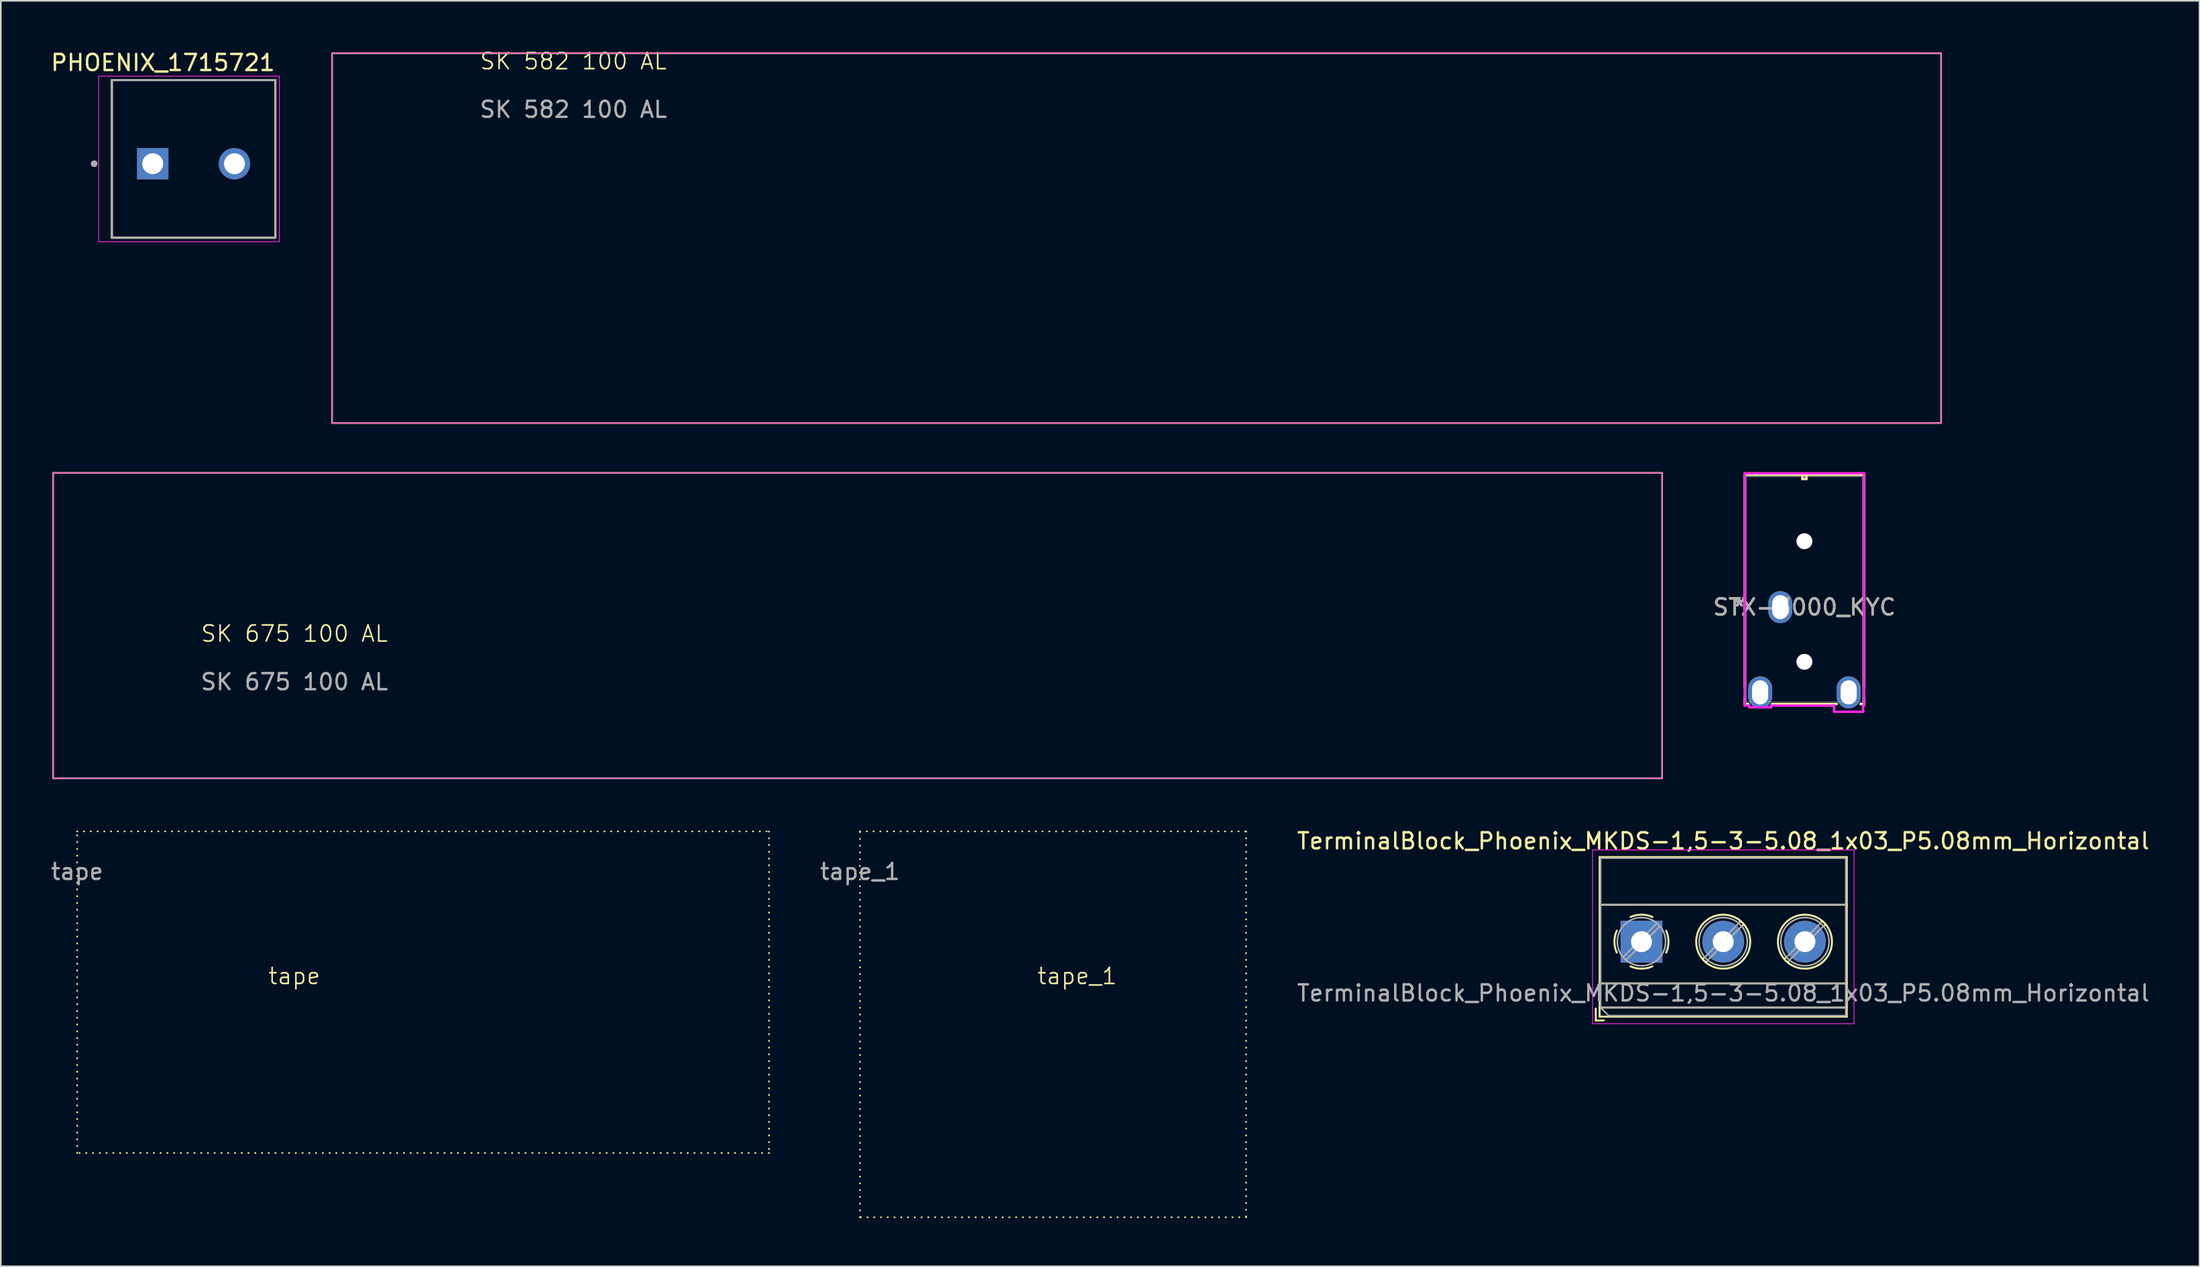
<source format=kicad_pcb>
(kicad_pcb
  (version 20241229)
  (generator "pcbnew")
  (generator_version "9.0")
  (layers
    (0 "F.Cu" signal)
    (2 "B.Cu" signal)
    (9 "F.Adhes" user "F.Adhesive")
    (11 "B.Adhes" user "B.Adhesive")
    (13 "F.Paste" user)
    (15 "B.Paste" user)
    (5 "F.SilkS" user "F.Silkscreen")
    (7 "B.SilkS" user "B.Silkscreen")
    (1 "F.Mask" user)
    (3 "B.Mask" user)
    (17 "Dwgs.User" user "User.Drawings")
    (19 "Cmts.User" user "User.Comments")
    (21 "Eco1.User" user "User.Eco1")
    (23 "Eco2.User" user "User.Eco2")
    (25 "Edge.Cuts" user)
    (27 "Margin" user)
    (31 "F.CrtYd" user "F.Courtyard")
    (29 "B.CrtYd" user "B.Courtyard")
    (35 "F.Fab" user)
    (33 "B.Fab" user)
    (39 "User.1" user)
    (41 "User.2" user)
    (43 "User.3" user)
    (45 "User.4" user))
  (footprint "TerminalBlock_Phoenix_MKDS-1,5-3-5.08_1x03_P5.08mm_Horizontal"
    (layer "F.Cu")
    (at 98.966 55.519)
    (property "Reference" "TerminalBlock_Phoenix_MKDS-1,5-3-5.08_1x03_P5.08mm_Horizontal" (at 5.08 -6.26 0) (layer "F.SilkS") (effects (font (size 1 1) (thickness 0.15))))
    (attr through_hole)
    (fp_line (start -2.84 4.16) (end -2.84 4.9) (stroke (width 0.12) (type solid)) (layer "F.SilkS"))
    (fp_line (start -2.84 4.9) (end -2.34 4.9) (stroke (width 0.12) (type solid)) (layer "F.SilkS"))
    (fp_line (start -2.6 -5.261) (end -2.6 4.66) (stroke (width 0.12) (type solid)) (layer "F.SilkS"))
    (fp_line (start -2.6 -5.261) (end 12.76 -5.261) (stroke (width 0.12) (type solid)) (layer "F.SilkS"))
    (fp_line (start -2.6 -2.301) (end 12.76 -2.301) (stroke (width 0.12) (type solid)) (layer "F.SilkS"))
    (fp_line (start -2.6 2.6) (end 12.76 2.6) (stroke (width 0.12) (type solid)) (layer "F.SilkS"))
    (fp_line (start -2.6 4.1) (end 12.76 4.1) (stroke (width 0.12) (type solid)) (layer "F.SilkS"))
    (fp_line (start -2.6 4.66) (end 12.76 4.66) (stroke (width 0.12) (type solid)) (layer "F.SilkS"))
    (fp_line (start 3.853 1.023) (end 3.806 1.069) (stroke (width 0.12) (type solid)) (layer "F.SilkS"))
    (fp_line (start 4.046 1.239) (end 4.011 1.274) (stroke (width 0.12) (type solid)) (layer "F.SilkS"))
    (fp_line (start 6.15 -1.275) (end 6.115 -1.239) (stroke (width 0.12) (type solid)) (layer "F.SilkS"))
    (fp_line (start 6.355 -1.069) (end 6.308 -1.023) (stroke (width 0.12) (type solid)) (layer "F.SilkS"))
    (fp_line (start 8.933 1.023) (end 8.886 1.069) (stroke (width 0.12) (type solid)) (layer "F.SilkS"))
    (fp_line (start 9.126 1.239) (end 9.091 1.274) (stroke (width 0.12) (type solid)) (layer "F.SilkS"))
    (fp_line (start 11.23 -1.275) (end 11.195 -1.239) (stroke (width 0.12) (type solid)) (layer "F.SilkS"))
    (fp_line (start 11.435 -1.069) (end 11.388 -1.023) (stroke (width 0.12) (type solid)) (layer "F.SilkS"))
    (fp_line (start 12.76 -5.261) (end 12.76 4.66) (stroke (width 0.12) (type solid)) (layer "F.SilkS"))
    (fp_arc (start -1.535427 0.683042) (mid -1.680501 -0.000524) (end -1.535 -0.684) (stroke (width 0.12) (type solid)) (layer "F.SilkS"))
    (fp_arc (start -0.683042 -1.535427) (mid 0.000524 -1.680501) (end 0.684 -1.535) (stroke (width 0.12) (type solid)) (layer "F.SilkS"))
    (fp_arc (start 0.028805 1.680253) (mid -0.335551 1.646659) (end -0.684 1.535) (stroke (width 0.12) (type solid)) (layer "F.SilkS"))
    (fp_arc (start 0.683318 1.534756) (mid 0.349292 1.643288) (end 0 1.68) (stroke (width 0.12) (type solid)) (layer "F.SilkS"))
    (fp_arc (start 1.535427 -0.683042) (mid 1.680501 0.000524) (end 1.535 0.684) (stroke (width 0.12) (type solid)) (layer "F.SilkS"))
    (fp_circle (center 5.08 0) (end 6.76 0) (stroke (width 0.12) (type solid)) (fill no) (layer "F.SilkS"))
    (fp_circle (center 10.16 0) (end 11.84 0) (stroke (width 0.12) (type solid)) (fill no) (layer "F.SilkS"))
    (fp_line (start -3.04 -5.71) (end -3.04 5.1) (stroke (width 0.05) (type solid)) (layer "F.CrtYd"))
    (fp_line (start -3.04 5.1) (end 13.21 5.1) (stroke (width 0.05) (type solid)) (layer "F.CrtYd"))
    (fp_line (start 13.21 -5.71) (end -3.04 -5.71) (stroke (width 0.05) (type solid)) (layer "F.CrtYd"))
    (fp_line (start 13.21 5.1) (end 13.21 -5.71) (stroke (width 0.05) (type solid)) (layer "F.CrtYd"))
    (fp_line (start -2.54 -5.2) (end 12.7 -5.2) (stroke (width 0.1) (type solid)) (layer "F.Fab"))
    (fp_line (start -2.54 -2.3) (end 12.7 -2.3) (stroke (width 0.1) (type solid)) (layer "F.Fab"))
    (fp_line (start -2.54 2.6) (end 12.7 2.6) (stroke (width 0.1) (type solid)) (layer "F.Fab"))
    (fp_line (start -2.54 4.1) (end -2.54 -5.2) (stroke (width 0.1) (type solid)) (layer "F.Fab"))
    (fp_line (start -2.54 4.1) (end 12.7 4.1) (stroke (width 0.1) (type solid)) (layer "F.Fab"))
    (fp_line (start -2.04 4.6) (end -2.54 4.1) (stroke (width 0.1) (type solid)) (layer "F.Fab"))
    (fp_line (start 0.955 -1.138) (end -1.138 0.955) (stroke (width 0.1) (type solid)) (layer "F.Fab"))
    (fp_line (start 1.138 -0.955) (end -0.955 1.138) (stroke (width 0.1) (type solid)) (layer "F.Fab"))
    (fp_line (start 6.035 -1.138) (end 3.943 0.955) (stroke (width 0.1) (type solid)) (layer "F.Fab"))
    (fp_line (start 6.218 -0.955) (end 4.126 1.138) (stroke (width 0.1) (type solid)) (layer "F.Fab"))
    (fp_line (start 11.115 -1.138) (end 9.023 0.955) (stroke (width 0.1) (type solid)) (layer "F.Fab"))
    (fp_line (start 11.298 -0.955) (end 9.206 1.138) (stroke (width 0.1) (type solid)) (layer "F.Fab"))
    (fp_line (start 12.7 -5.2) (end 12.7 4.6) (stroke (width 0.1) (type solid)) (layer "F.Fab"))
    (fp_line (start 12.7 4.6) (end -2.04 4.6) (stroke (width 0.1) (type solid)) (layer "F.Fab"))
    (fp_circle (center 0 0) (end 1.5 0) (stroke (width 0.1) (type solid)) (fill no) (layer "F.Fab"))
    (fp_circle (center 5.08 0) (end 6.58 0) (stroke (width 0.1) (type solid)) (fill no) (layer "F.Fab"))
    (fp_circle (center 10.16 0) (end 11.66 0) (stroke (width 0.1) (type solid)) (fill no) (layer "F.Fab"))
    (fp_text user "${REFERENCE}" (at 5.08 3.2 0) (layer "F.Fab") (effects (font (size 1 1) (thickness 0.15))))
    (pad "1" thru_hole rect (at 0 0) (size 2.6 2.6) (drill 1.3) (layers "*.Cu" "*.Mask"))
    (pad "2" thru_hole circle (at 5.08 0) (size 2.6 2.6) (drill 1.3) (layers "*.Cu" "*.Mask"))
    (pad "3" thru_hole circle (at 10.16 0) (size 2.6 2.6) (drill 1.3) (layers "*.Cu" "*.Mask")))
  (footprint "PHOENIX_1715721"
    (layer "F.Cu")
    (at 3.902 11.733)
    (property "Reference" "PHOENIX_1715721" (at 3.175 -10.885 0) (layer "F.SilkS") (effects (font (size 1 1) (thickness 0.15))))
    (attr through_hole)
    (fp_line (start 0 -9.8) (end 0 0) (stroke (width 0.127) (type solid)) (layer "F.SilkS"))
    (fp_line (start 0 0) (end 10.16 0) (stroke (width 0.127) (type solid)) (layer "F.SilkS"))
    (fp_line (start 10.16 -9.8) (end 0 -9.8) (stroke (width 0.127) (type solid)) (layer "F.SilkS"))
    (fp_line (start 10.16 0) (end 10.16 -9.8) (stroke (width 0.127) (type solid)) (layer "F.SilkS"))
    (fp_circle (center -1.1 -4.6) (end -1 -4.6) (stroke (width 0.2) (type solid)) (fill no) (layer "F.SilkS"))
    (fp_line (start -0.82 -10.05) (end -0.82 0.25) (stroke (width 0.05) (type solid)) (layer "F.CrtYd"))
    (fp_line (start -0.82 0.25) (end 10.41 0.25) (stroke (width 0.05) (type solid)) (layer "F.CrtYd"))
    (fp_line (start 10.41 -10.05) (end -0.82 -10.05) (stroke (width 0.05) (type solid)) (layer "F.CrtYd"))
    (fp_line (start 10.41 0.25) (end 10.41 -10.05) (stroke (width 0.05) (type solid)) (layer "F.CrtYd"))
    (fp_line (start 0 -9.8) (end 0 0) (stroke (width 0.127) (type solid)) (layer "F.Fab"))
    (fp_line (start 0 0) (end 10.16 0) (stroke (width 0.127) (type solid)) (layer "F.Fab"))
    (fp_line (start 10.16 -9.8) (end 0 -9.8) (stroke (width 0.127) (type solid)) (layer "F.Fab"))
    (fp_line (start 10.16 0) (end 10.16 -9.8) (stroke (width 0.127) (type solid)) (layer "F.Fab"))
    (fp_circle (center -1.1 -4.6) (end -1 -4.6) (stroke (width 0.2) (type solid)) (fill no) (layer "F.Fab"))
    (pad "1" thru_hole rect (at 2.54 -4.6) (size 1.95 1.95) (drill 1.3) (layers "*.Cu" "*.Mask"))
    (pad "2" thru_hole circle (at 7.62 -4.6) (size 1.95 1.95) (drill 1.3) (layers "*.Cu" "*.Mask")))
  (footprint "STX-3000_KYC"
    (layer "F.Cu")
    (at 107.592 34.713)
    (property "Reference" "STX-3000_KYC" (at 1.5 0 0) (unlocked yes) (layer "F.SilkS") (effects (font (size 1 1) (thickness 0.15))))
    (attr through_hole)
    (fp_line (start -2.221 -8.227) (end -2.221 4.953) (stroke (width 0.152) (type solid)) (layer "F.SilkS"))
    (fp_line (start -2.221 5.647) (end -2.221 6.022) (stroke (width 0.152) (type solid)) (layer "F.SilkS"))
    (fp_line (start -2.221 6.022) (end -1.986 6.022) (stroke (width 0.152) (type solid)) (layer "F.SilkS"))
    (fp_line (start -0.514 6.022) (end 3.514 6.022) (stroke (width 0.152) (type solid)) (layer "F.SilkS"))
    (fp_line (start 1.373 -8.227) (end 1.373 -7.973) (stroke (width 0.152) (type solid)) (layer "F.SilkS"))
    (fp_line (start 1.373 -7.973) (end 1.627 -7.973) (stroke (width 0.152) (type solid)) (layer "F.SilkS"))
    (fp_line (start 1.627 -8.227) (end 1.373 -8.227) (stroke (width 0.152) (type solid)) (layer "F.SilkS"))
    (fp_line (start 1.627 -7.973) (end 1.627 -8.227) (stroke (width 0.152) (type solid)) (layer "F.SilkS"))
    (fp_line (start 4.986 6.022) (end 5.221 6.022) (stroke (width 0.152) (type solid)) (layer "F.SilkS"))
    (fp_line (start 5.221 -8.227) (end -2.221 -8.227) (stroke (width 0.152) (type solid)) (layer "F.SilkS"))
    (fp_line (start 5.221 4.953) (end 5.221 -8.227) (stroke (width 0.152) (type solid)) (layer "F.SilkS"))
    (fp_line (start 5.221 6.022) (end 5.221 5.647) (stroke (width 0.152) (type solid)) (layer "F.SilkS"))
    (fp_line (start -2.21 6.121) (end -1.925 6.121) (stroke (width 0.152) (type solid)) (layer "F.CrtYd"))
    (fp_line (start -2.21 -8.326) (end -2.21 6.121) (stroke (width 0.152) (type solid)) (layer "F.CrtYd"))
    (fp_line (start -1.925 6.121) (end -1.925 6.229) (stroke (width 0.152) (type solid)) (layer "F.CrtYd"))
    (fp_line (start -1.925 6.229) (end -0.575 6.229) (stroke (width 0.152) (type solid)) (layer "F.CrtYd"))
    (fp_line (start -0.575 6.121) (end 3.349 6.121) (stroke (width 0.152) (type solid)) (layer "F.CrtYd"))
    (fp_line (start -0.575 6.229) (end -0.575 6.121) (stroke (width 0.152) (type solid)) (layer "F.CrtYd"))
    (fp_line (start 3.349 6.121) (end 3.349 6.507) (stroke (width 0.152) (type solid)) (layer "F.CrtYd"))
    (fp_line (start 3.349 6.507) (end 5.151 6.507) (stroke (width 0.152) (type solid)) (layer "F.CrtYd"))
    (fp_line (start 5.151 6.121) (end 5.21 6.121) (stroke (width 0.152) (type solid)) (layer "F.CrtYd"))
    (fp_line (start 5.151 6.507) (end 5.151 6.121) (stroke (width 0.152) (type solid)) (layer "F.CrtYd"))
    (fp_line (start 5.21 6.121) (end 5.21 -8.326) (stroke (width 0.152) (type solid)) (layer "F.CrtYd"))
    (fp_line (start 5.21 -8.326) (end -2.21 -8.326) (stroke (width 0.152) (type solid)) (layer "F.CrtYd"))
    (fp_line (start -2.094 -8.1) (end -2.094 5.895) (stroke (width 0.025) (type solid)) (layer "F.Fab"))
    (fp_line (start -2.094 5.895) (end 5.094 5.895) (stroke (width 0.025) (type solid)) (layer "F.Fab"))
    (fp_line (start 1.5 -8.1) (end 1.5 -8.1) (stroke (width 0.025) (type solid)) (layer "F.Fab"))
    (fp_line (start 1.5 -8.1) (end 1.5 -8.1) (stroke (width 0.025) (type solid)) (layer "F.Fab"))
    (fp_line (start 1.5 -8.1) (end 1.5 -8.1) (stroke (width 0.025) (type solid)) (layer "F.Fab"))
    (fp_line (start 1.5 -8.1) (end 1.5 -8.1) (stroke (width 0.025) (type solid)) (layer "F.Fab"))
    (fp_line (start 5.094 -8.1) (end -2.094 -8.1) (stroke (width 0.025) (type solid)) (layer "F.Fab"))
    (fp_line (start 5.094 5.895) (end 5.094 -8.1) (stroke (width 0.025) (type solid)) (layer "F.Fab"))
    (fp_text user "*" (at -2.54 0 0) (unlocked yes) (layer "F.SilkS") (effects (font (size 1 1) (thickness 0.15))))
    (fp_text user "*" (at -2.54 0 0) (layer "F.SilkS") (effects (font (size 1 1) (thickness 0.15))))
    (fp_text user "*" (at -2.54 0 0) (layer "F.Fab") (effects (font (size 1 1) (thickness 0.15))))
    (fp_text user "*" (at -2.54 0 0) (unlocked yes) (layer "F.Fab") (effects (font (size 1 1) (thickness 0.15))))
    (fp_text user "${REFERENCE}" (at 1.5 0 0) (unlocked yes) (layer "F.Fab") (effects (font (size 1 1) (thickness 0.15))))
    (pad "" np_thru_hole circle (at 1.5 -4.1) (size 0.991 0.991) (drill 0.991) (layers "*.Cu" "*.Mask"))
    (pad "" np_thru_hole circle (at 1.5 3.4) (size 0.991 0.991) (drill 0.991) (layers "*.Cu" "*.Mask"))
    (pad "1" thru_hole roundrect (at 0 0 90) (size 2 1.5) (drill oval 1.5 1) (layers "*.Cu" "*.Mask") (roundrect_rratio 0.5))
    (pad "2" thru_hole roundrect (at 4.25 5.3 90) (size 2 1.5) (drill oval 1.5 1) (layers "*.Cu" "*.Mask") (roundrect_rratio 0.5))
    (pad "3" thru_hole roundrect (at -1.25 5.3 90) (size 2 1.5) (drill oval 1.5 1) (layers "*.Cu" "*.Mask") (roundrect_rratio 0.5)))
  (footprint "tape_1"
    (layer "F.Cu")
    (at 50.395 48.66)
    (property "Reference" "tape_1" (at 13.5 9 0) (unlocked yes) (layer "F.SilkS") (effects (font (size 1 1) (thickness 0.1))))
    (attr through_hole allow_missing_courtyard)
    (fp_rect (start 0 0) (end 24 24) (stroke (width 0.1) (type dot)) (fill no) (layer "F.SilkS"))
    (fp_text user "${REFERENCE}" (at 0 2.5 0) (unlocked yes) (layer "F.Fab") (effects (font (size 1 1) (thickness 0.15)))))
  (footprint "tape"
    (layer "F.Cu")
    (at 1.744 48.66)
    (property "Reference" "tape" (at 13.5 9 0) (unlocked yes) (layer "F.SilkS") (effects (font (size 1 1) (thickness 0.1))))
    (attr through_hole)
    (fp_rect (start 0 0) (end 43 20) (stroke (width 0.1) (type dot)) (fill no) (layer "F.SilkS"))
    (fp_text user "${REFERENCE}" (at 0 2.5 0) (unlocked yes) (layer "F.Fab") (effects (font (size 1 1) (thickness 0.15)))))
  (footprint "SK 675 100 AL"
    (layer "F.Cu")
    (at 0.25 35.861)
    (property "Reference" "SK 675 100 AL" (at 15 0.5 0) (unlocked yes) (layer "F.SilkS") (effects (font (size 1 1) (thickness 0.1))))
    (attr board_only exclude_from_pos_files)
    (fp_rect (start 0 -9.5) (end 100 9.5) (stroke (width 0.1) (type default)) (fill no) (layer "F.SilkS"))
    (fp_rect (start 0 -9.5) (end 100 9.5) (stroke (width 0.05) (type default)) (fill no) (layer "F.CrtYd"))
    (fp_text user "${REFERENCE}" (at 15 3.5 0) (unlocked yes) (layer "F.Fab") (effects (font (size 1 1) (thickness 0.15)))))
  (footprint "SK 582 100 AL"
    (layer "F.Cu")
    (at 17.587 0.261)
    (property "Reference" "SK 582 100 AL" (at 15 0.5 0) (unlocked yes) (layer "F.SilkS") (effects (font (size 1 1) (thickness 0.1))))
    (attr board_only exclude_from_pos_files)
    (fp_rect (start 0 0) (end 100 23) (stroke (width 0.1) (type solid)) (fill no) (layer "F.SilkS"))
    (fp_rect (start 0 0) (end 100 23) (stroke (width 0.05) (type solid)) (fill no) (layer "F.CrtYd"))
    (fp_text user "${REFERENCE}" (at 15 3.5 0) (unlocked yes) (layer "F.Fab") (effects (font (size 1 1) (thickness 0.15)))))
  (gr_rect
    (start -3 -3)
    (end 133.648 75.71)
    (stroke (width 0.1) (type default))
    (fill no)
    (layer "Edge.Cuts")))
</source>
